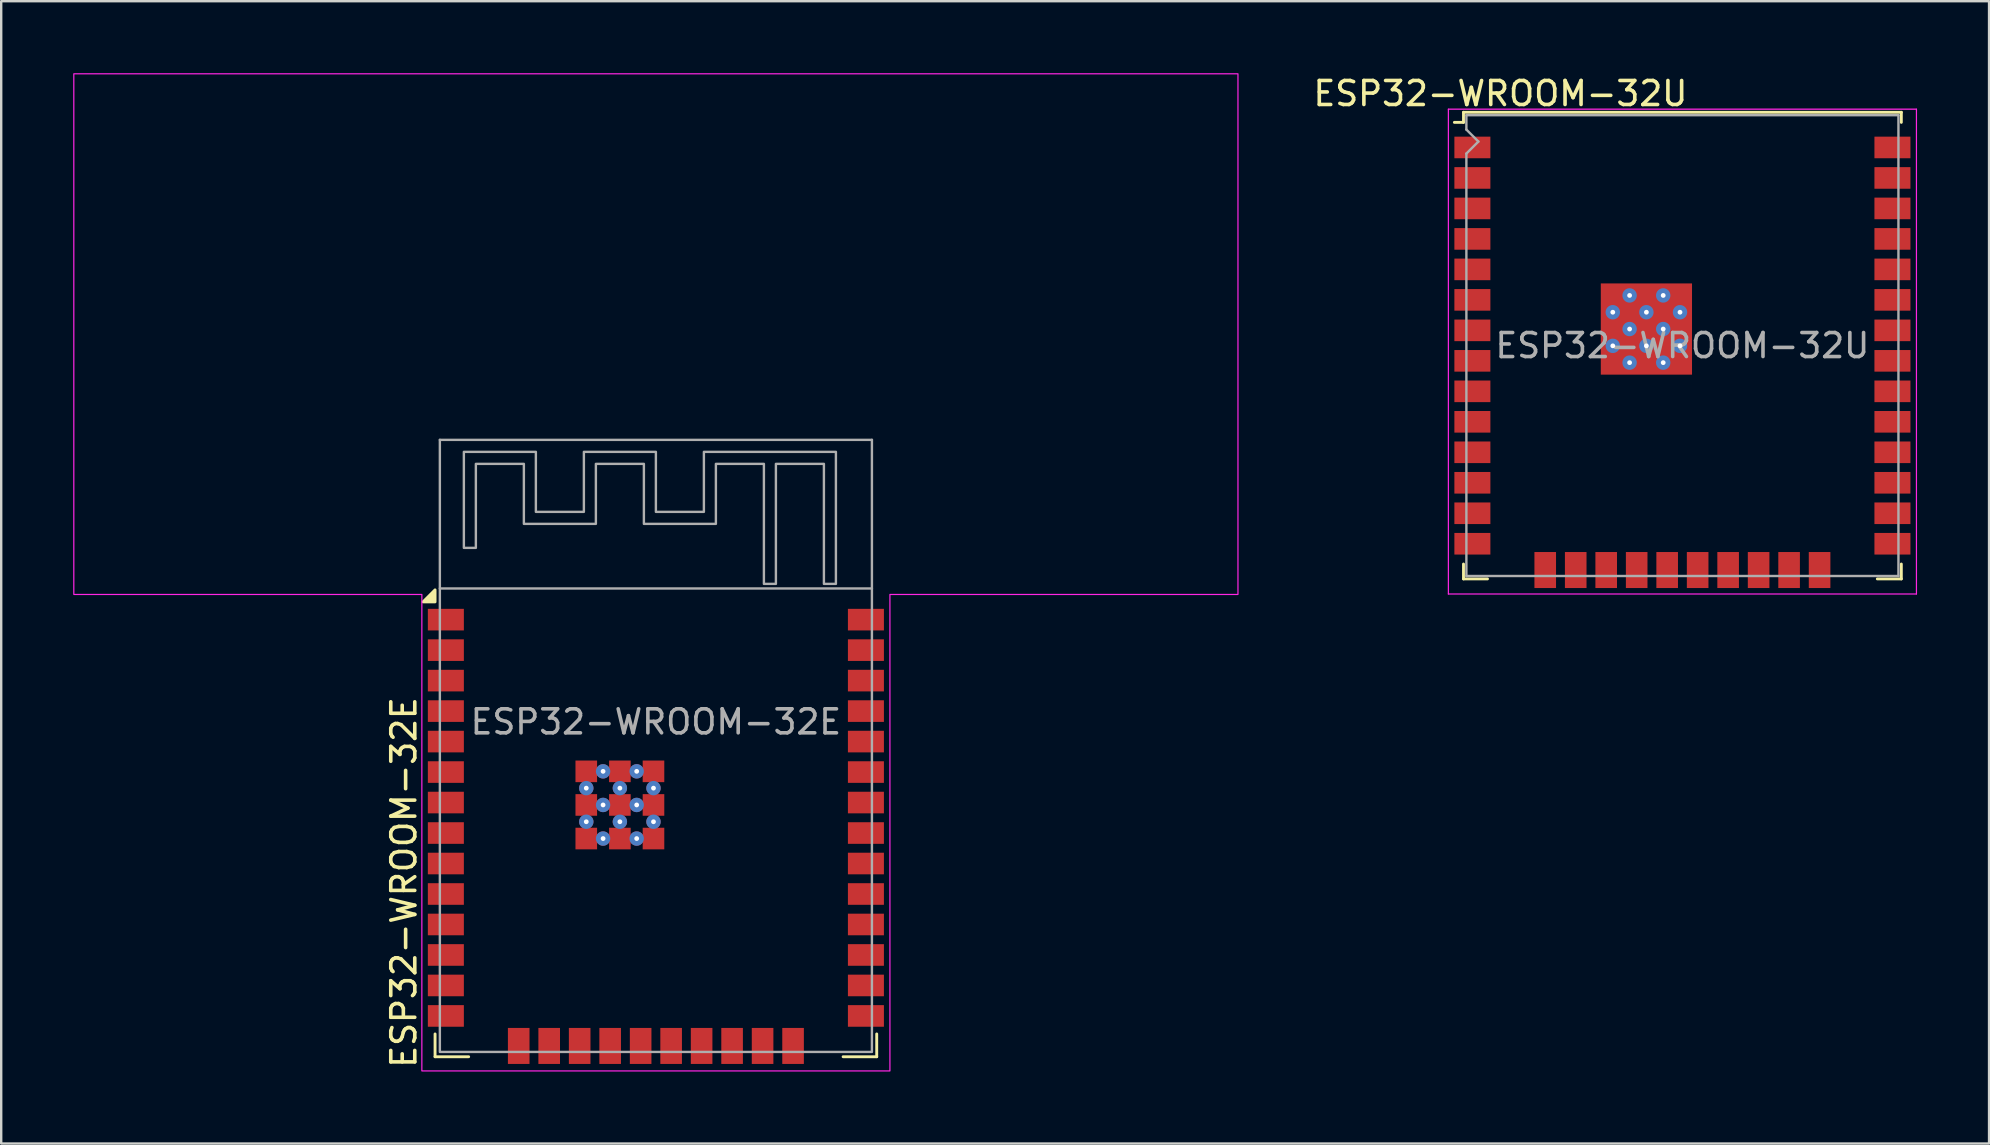
<source format=kicad_pcb>
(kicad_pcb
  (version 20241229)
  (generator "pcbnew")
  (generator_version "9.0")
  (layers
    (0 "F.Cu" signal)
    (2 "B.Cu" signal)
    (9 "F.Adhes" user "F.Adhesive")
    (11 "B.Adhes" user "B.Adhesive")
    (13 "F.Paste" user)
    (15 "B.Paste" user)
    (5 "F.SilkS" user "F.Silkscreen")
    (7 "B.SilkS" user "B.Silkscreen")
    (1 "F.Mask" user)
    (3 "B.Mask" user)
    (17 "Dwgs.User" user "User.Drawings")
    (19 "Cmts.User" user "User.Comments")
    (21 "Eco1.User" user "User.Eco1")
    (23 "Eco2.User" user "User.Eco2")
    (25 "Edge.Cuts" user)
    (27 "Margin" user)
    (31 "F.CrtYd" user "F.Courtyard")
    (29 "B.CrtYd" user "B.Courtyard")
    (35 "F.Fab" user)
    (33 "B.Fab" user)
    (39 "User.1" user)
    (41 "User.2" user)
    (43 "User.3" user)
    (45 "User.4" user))
  (footprint "ESP32-WROOM-32E"
    (layer "F.Cu")
    (at 24.275 28.025)
    (property "Reference" "ESP32-WROOM-32E" (at -10.5 13.5 90) (layer "F.SilkS") (effects (font (size 1 1) (thickness 0.15)) (justify left)))
    (attr smd)
    (fp_line (start -9.2 12.95) (end -9.2 12) (stroke (width 0.12) (type solid)) (layer "F.SilkS"))
    (fp_line (start -7.8 12.95) (end -9.2 12.95) (stroke (width 0.12) (type solid)) (layer "F.SilkS"))
    (fp_line (start 7.8 12.95) (end 9.2 12.95) (stroke (width 0.12) (type solid)) (layer "F.SilkS"))
    (fp_line (start 9.2 12.95) (end 9.2 12) (stroke (width 0.12) (type solid)) (layer "F.SilkS"))
    (fp_poly (pts (xy -9.2 -6) (xy -9.7 -6) (xy -9.2 -6.5) (xy -9.2 -6)) (stroke (width 0.12) (type solid)) (fill yes) (layer "F.SilkS"))
    (fp_poly (pts (xy -24.25 -28) (xy 24.25 -28) (xy 24.25 -6.31) (xy 9.75 -6.31) (xy 9.75 13.54) (xy -9.75 13.54) (xy -9.75 -6.31) (xy -24.25 -6.31)) (stroke (width 0.05) (type solid)) (fill no) (layer "F.CrtYd"))
    (fp_line (start -9 -12.75) (end 9 -12.75) (stroke (width 0.1) (type solid)) (layer "F.Fab"))
    (fp_line (start -9 -6.56) (end -9 -12.75) (stroke (width 0.1) (type solid)) (layer "F.Fab"))
    (fp_line (start 9 -12.75) (end 9 -6.56) (stroke (width 0.1) (type solid)) (layer "F.Fab"))
    (fp_rect (start -9 -6.56) (end 9 12.75) (stroke (width 0.1) (type solid)) (fill no) (layer "F.Fab"))
    (fp_poly (pts (xy -5 -9.75) (xy -3 -9.75) (xy -3 -12.25) (xy 0 -12.25) (xy 0 -9.75) (xy 2 -9.75) (xy 2 -12.25) (xy 7.5 -12.25) (xy 7.5 -6.75) (xy 7 -6.75) (xy 7 -11.75) (xy 5 -11.75) (xy 5 -6.75) (xy 4.5 -6.75) (xy 4.5 -11.75) (xy 2.5 -11.75) (xy 2.5 -9.25) (xy -0.5 -9.25) (xy -0.5 -11.75) (xy -2.5 -11.75) (xy -2.5 -9.25) (xy -5.5 -9.25) (xy -5.5 -11.75) (xy -7.5 -11.75) (xy -7.5 -8.25) (xy -8 -8.25) (xy -8 -12.25) (xy -5 -12.25)) (stroke (width 0.1) (type solid)) (fill no) (layer "F.Fab"))
    (fp_text user "${REFERENCE}" (at 0 -1 0) (layer "F.Fab") (effects (font (size 1 1) (thickness 0.15))))
    (pad "1" smd rect (at -8.75 -5.26) (size 1.5 0.9) (layers "F.Cu" "F.Mask" "F.Paste"))
    (pad "2" smd rect (at -8.75 -3.99) (size 1.5 0.9) (layers "F.Cu" "F.Mask" "F.Paste"))
    (pad "3" smd rect (at -8.75 -2.72) (size 1.5 0.9) (layers "F.Cu" "F.Mask" "F.Paste"))
    (pad "4" smd rect (at -8.75 -1.45) (size 1.5 0.9) (layers "F.Cu" "F.Mask" "F.Paste"))
    (pad "5" smd rect (at -8.75 -0.18) (size 1.5 0.9) (layers "F.Cu" "F.Mask" "F.Paste"))
    (pad "6" smd rect (at -8.75 1.09) (size 1.5 0.9) (layers "F.Cu" "F.Mask" "F.Paste"))
    (pad "7" smd rect (at -8.75 2.36) (size 1.5 0.9) (layers "F.Cu" "F.Mask" "F.Paste"))
    (pad "8" smd rect (at -8.75 3.63) (size 1.5 0.9) (layers "F.Cu" "F.Mask" "F.Paste"))
    (pad "9" smd rect (at -8.75 4.9) (size 1.5 0.9) (layers "F.Cu" "F.Mask" "F.Paste"))
    (pad "10" smd rect (at -8.75 6.17) (size 1.5 0.9) (layers "F.Cu" "F.Mask" "F.Paste"))
    (pad "11" smd rect (at -8.75 7.44) (size 1.5 0.9) (layers "F.Cu" "F.Mask" "F.Paste"))
    (pad "12" smd rect (at -8.75 8.71) (size 1.5 0.9) (layers "F.Cu" "F.Mask" "F.Paste"))
    (pad "13" smd rect (at -8.75 9.98) (size 1.5 0.9) (layers "F.Cu" "F.Mask" "F.Paste"))
    (pad "14" smd rect (at -8.75 11.25) (size 1.5 0.9) (layers "F.Cu" "F.Mask" "F.Paste"))
    (pad "15" smd rect (at -5.715 12.5 90) (size 1.5 0.9) (layers "F.Cu" "F.Mask" "F.Paste"))
    (pad "16" smd rect (at -4.445 12.5 90) (size 1.5 0.9) (layers "F.Cu" "F.Mask" "F.Paste"))
    (pad "17" smd rect (at -3.175 12.5 90) (size 1.5 0.9) (layers "F.Cu" "F.Mask" "F.Paste"))
    (pad "18" smd rect (at -1.905 12.5 90) (size 1.5 0.9) (layers "F.Cu" "F.Mask" "F.Paste"))
    (pad "19" smd rect (at -0.635 12.5 90) (size 1.5 0.9) (layers "F.Cu" "F.Mask" "F.Paste"))
    (pad "20" smd rect (at 0.635 12.5 90) (size 1.5 0.9) (layers "F.Cu" "F.Mask" "F.Paste"))
    (pad "21" smd rect (at 1.905 12.5 90) (size 1.5 0.9) (layers "F.Cu" "F.Mask" "F.Paste"))
    (pad "22" smd rect (at 3.175 12.5 90) (size 1.5 0.9) (layers "F.Cu" "F.Mask" "F.Paste"))
    (pad "23" smd rect (at 4.445 12.5 90) (size 1.5 0.9) (layers "F.Cu" "F.Mask" "F.Paste"))
    (pad "24" smd rect (at 5.715 12.5 90) (size 1.5 0.9) (layers "F.Cu" "F.Mask" "F.Paste"))
    (pad "25" smd rect (at 8.75 11.25) (size 1.5 0.9) (layers "F.Cu" "F.Mask" "F.Paste"))
    (pad "26" smd rect (at 8.75 9.98) (size 1.5 0.9) (layers "F.Cu" "F.Mask" "F.Paste"))
    (pad "27" smd rect (at 8.75 8.71) (size 1.5 0.9) (layers "F.Cu" "F.Mask" "F.Paste"))
    (pad "28" smd rect (at 8.75 7.44) (size 1.5 0.9) (layers "F.Cu" "F.Mask" "F.Paste"))
    (pad "29" smd rect (at 8.75 6.17) (size 1.5 0.9) (layers "F.Cu" "F.Mask" "F.Paste"))
    (pad "30" smd rect (at 8.75 4.9) (size 1.5 0.9) (layers "F.Cu" "F.Mask" "F.Paste"))
    (pad "31" smd rect (at 8.75 3.63) (size 1.5 0.9) (layers "F.Cu" "F.Mask" "F.Paste"))
    (pad "32" smd rect (at 8.75 2.36) (size 1.5 0.9) (layers "F.Cu" "F.Mask" "F.Paste"))
    (pad "33" smd rect (at 8.75 1.09) (size 1.5 0.9) (layers "F.Cu" "F.Mask" "F.Paste"))
    (pad "34" smd rect (at 8.75 -0.18) (size 1.5 0.9) (layers "F.Cu" "F.Mask" "F.Paste"))
    (pad "35" smd rect (at 8.75 -1.45) (size 1.5 0.9) (layers "F.Cu" "F.Mask" "F.Paste"))
    (pad "36" smd rect (at 8.75 -2.72) (size 1.5 0.9) (layers "F.Cu" "F.Mask" "F.Paste"))
    (pad "37" smd rect (at 8.75 -3.99) (size 1.5 0.9) (layers "F.Cu" "F.Mask" "F.Paste"))
    (pad "38" smd rect (at 8.75 -5.26) (size 1.5 0.9) (layers "F.Cu" "F.Mask" "F.Paste"))
    (pad "39" smd rect (at -2.9 1.06) (size 0.9 0.9) (layers "F.Cu" "F.Mask" "F.Paste"))
    (pad "39" thru_hole circle (at -2.9 1.76) (size 0.6 0.6) (drill 0.2) (layers "*.Cu" "*.Mask"))
    (pad "39" smd rect (at -2.9 2.46) (size 0.9 0.9) (layers "F.Cu" "F.Mask" "F.Paste"))
    (pad "39" thru_hole circle (at -2.9 3.16) (size 0.6 0.6) (drill 0.2) (layers "*.Cu" "*.Mask"))
    (pad "39" smd rect (at -2.9 3.86) (size 0.9 0.9) (layers "F.Cu" "F.Mask" "F.Paste"))
    (pad "39" thru_hole circle (at -2.2 1.06) (size 0.6 0.6) (drill 0.2) (layers "*.Cu" "*.Mask"))
    (pad "39" thru_hole circle (at -2.2 2.46) (size 0.6 0.6) (drill 0.2) (layers "*.Cu" "*.Mask"))
    (pad "39" thru_hole circle (at -2.2 3.86) (size 0.6 0.6) (drill 0.2) (layers "*.Cu" "*.Mask"))
    (pad "39" smd rect (at -1.5 1.06) (size 0.9 0.9) (layers "F.Cu" "F.Mask" "F.Paste"))
    (pad "39" thru_hole circle (at -1.5 1.76) (size 0.6 0.6) (drill 0.2) (layers "*.Cu" "*.Mask"))
    (pad "39" smd rect (at -1.5 2.46) (size 0.9 0.9) (layers "F.Cu" "F.Mask" "F.Paste"))
    (pad "39" thru_hole circle (at -1.5 3.16) (size 0.6 0.6) (drill 0.2) (layers "*.Cu" "*.Mask"))
    (pad "39" smd rect (at -1.5 3.86) (size 0.9 0.9) (layers "F.Cu" "F.Mask" "F.Paste"))
    (pad "39" thru_hole circle (at -0.8 1.06) (size 0.6 0.6) (drill 0.2) (layers "*.Cu" "*.Mask"))
    (pad "39" thru_hole circle (at -0.8 2.46) (size 0.6 0.6) (drill 0.2) (layers "*.Cu" "*.Mask"))
    (pad "39" thru_hole circle (at -0.8 3.86) (size 0.6 0.6) (drill 0.2) (layers "*.Cu" "*.Mask"))
    (pad "39" smd rect (at -0.1 1.06) (size 0.9 0.9) (layers "F.Cu" "F.Mask" "F.Paste"))
    (pad "39" thru_hole circle (at -0.1 1.76) (size 0.6 0.6) (drill 0.2) (layers "*.Cu" "*.Mask"))
    (pad "39" smd rect (at -0.1 2.46) (size 0.9 0.9) (layers "F.Cu" "F.Mask" "F.Paste"))
    (pad "39" thru_hole circle (at -0.1 3.16) (size 0.6 0.6) (drill 0.2) (layers "*.Cu" "*.Mask"))
    (pad "39" smd rect (at -0.1 3.86) (size 0.9 0.9) (layers "F.Cu" "F.Mask" "F.Paste"))
    (zone (net_name "") (layer "F.Cu") (hatch full 0.5) (connect_pads) (min_thickness 0.25) (filled_areas_thickness no) (keepout (tracks not_allowed) (vias not_allowed) (pads not_allowed) (copperpour not_allowed) (footprints not_allowed)) (placement (enabled no)) (fill) (polygon (pts (xy 0.275 0.275) (xy 48.275 0.275) (xy 48.275 21.465) (xy 0.275 21.465)))))
  (footprint "ESP32-WROOM-32U"
    (layer "F.Cu")
    (at 67.041 11.348)
    (property "Reference" "ESP32-WROOM-32U" (at -7.58 -10.5 180) (layer "F.SilkS") (effects (font (size 1 1) (thickness 0.15))))
    (attr smd)
    (fp_line (start -9.12 -9.72) (end -9.12 -9.3) (stroke (width 0.12) (type solid)) (layer "F.SilkS"))
    (fp_line (start -9.12 -9.72) (end 9.12 -9.72) (stroke (width 0.12) (type solid)) (layer "F.SilkS"))
    (fp_line (start -9.12 -9.3) (end -9.5 -9.3) (stroke (width 0.12) (type solid)) (layer "F.SilkS"))
    (fp_line (start -9.12 9.1) (end -9.12 9.72) (stroke (width 0.12) (type solid)) (layer "F.SilkS"))
    (fp_line (start -9.12 9.72) (end -8.12 9.72) (stroke (width 0.12) (type solid)) (layer "F.SilkS"))
    (fp_line (start 9.12 -9.72) (end 9.12 -9.3) (stroke (width 0.12) (type solid)) (layer "F.SilkS"))
    (fp_line (start 9.12 9.1) (end 9.12 9.72) (stroke (width 0.12) (type solid)) (layer "F.SilkS"))
    (fp_line (start 9.12 9.72) (end 8.12 9.72) (stroke (width 0.12) (type solid)) (layer "F.SilkS"))
    (fp_line (start -9.75 10.35) (end -9.75 -9.85) (stroke (width 0.05) (type solid)) (layer "F.CrtYd"))
    (fp_line (start -9.75 10.35) (end 9.75 10.35) (stroke (width 0.05) (type solid)) (layer "F.CrtYd"))
    (fp_line (start 9.75 -9.85) (end -9.75 -9.85) (stroke (width 0.05) (type solid)) (layer "F.CrtYd"))
    (fp_line (start 9.75 -9.85) (end 9.75 10.35) (stroke (width 0.05) (type solid)) (layer "F.CrtYd"))
    (fp_line (start -9 -9.6) (end -9 -9) (stroke (width 0.1) (type solid)) (layer "F.Fab"))
    (fp_line (start -9 -9.6) (end 9 -9.6) (stroke (width 0.1) (type solid)) (layer "F.Fab"))
    (fp_line (start -9 -8) (end -9 9.6) (stroke (width 0.1) (type solid)) (layer "F.Fab"))
    (fp_line (start -9 -8) (end -8.5 -8.5) (stroke (width 0.1) (type solid)) (layer "F.Fab"))
    (fp_line (start -9 9.6) (end 9 9.6) (stroke (width 0.1) (type solid)) (layer "F.Fab"))
    (fp_line (start -8.5 -8.5) (end -9 -9) (stroke (width 0.1) (type solid)) (layer "F.Fab"))
    (fp_line (start 9 9.6) (end 9 -9.6) (stroke (width 0.1) (type solid)) (layer "F.Fab"))
    (fp_text user "${REFERENCE}" (at 0 0 0) (layer "F.Fab") (effects (font (size 1 1) (thickness 0.15))))
    (pad "1" smd rect (at -8.75 -8.255) (size 1.5 0.9) (layers "F.Cu" "F.Mask" "F.Paste"))
    (pad "2" smd rect (at -8.75 -6.985) (size 1.5 0.9) (layers "F.Cu" "F.Mask" "F.Paste"))
    (pad "3" smd rect (at -8.75 -5.715) (size 1.5 0.9) (layers "F.Cu" "F.Mask" "F.Paste"))
    (pad "4" smd rect (at -8.75 -4.445) (size 1.5 0.9) (layers "F.Cu" "F.Mask" "F.Paste"))
    (pad "5" smd rect (at -8.75 -3.175) (size 1.5 0.9) (layers "F.Cu" "F.Mask" "F.Paste"))
    (pad "6" smd rect (at -8.75 -1.905) (size 1.5 0.9) (layers "F.Cu" "F.Mask" "F.Paste"))
    (pad "7" smd rect (at -8.75 -0.635) (size 1.5 0.9) (layers "F.Cu" "F.Mask" "F.Paste"))
    (pad "8" smd rect (at -8.75 0.635) (size 1.5 0.9) (layers "F.Cu" "F.Mask" "F.Paste"))
    (pad "9" smd rect (at -8.75 1.905) (size 1.5 0.9) (layers "F.Cu" "F.Mask" "F.Paste"))
    (pad "10" smd rect (at -8.75 3.175) (size 1.5 0.9) (layers "F.Cu" "F.Mask" "F.Paste"))
    (pad "11" smd rect (at -8.75 4.445) (size 1.5 0.9) (layers "F.Cu" "F.Mask" "F.Paste"))
    (pad "12" smd rect (at -8.75 5.715) (size 1.5 0.9) (layers "F.Cu" "F.Mask" "F.Paste"))
    (pad "13" smd rect (at -8.75 6.985) (size 1.5 0.9) (layers "F.Cu" "F.Mask" "F.Paste"))
    (pad "14" smd rect (at -8.75 8.255) (size 1.5 0.9) (layers "F.Cu" "F.Mask" "F.Paste"))
    (pad "15" smd rect (at -5.715 9.35 90) (size 1.5 0.9) (layers "F.Cu" "F.Mask" "F.Paste"))
    (pad "16" smd rect (at -4.445 9.35 90) (size 1.5 0.9) (layers "F.Cu" "F.Mask" "F.Paste"))
    (pad "17" smd rect (at -3.175 9.35 90) (size 1.5 0.9) (layers "F.Cu" "F.Mask" "F.Paste"))
    (pad "18" smd rect (at -1.905 9.35 90) (size 1.5 0.9) (layers "F.Cu" "F.Mask" "F.Paste"))
    (pad "19" smd rect (at -0.635 9.35 90) (size 1.5 0.9) (layers "F.Cu" "F.Mask" "F.Paste"))
    (pad "20" smd rect (at 0.635 9.35 90) (size 1.5 0.9) (layers "F.Cu" "F.Mask" "F.Paste"))
    (pad "21" smd rect (at 1.905 9.35 90) (size 1.5 0.9) (layers "F.Cu" "F.Mask" "F.Paste"))
    (pad "22" smd rect (at 3.175 9.35 90) (size 1.5 0.9) (layers "F.Cu" "F.Mask" "F.Paste"))
    (pad "23" smd rect (at 4.445 9.35 90) (size 1.5 0.9) (layers "F.Cu" "F.Mask" "F.Paste"))
    (pad "24" smd rect (at 5.715 9.35 90) (size 1.5 0.9) (layers "F.Cu" "F.Mask" "F.Paste"))
    (pad "25" smd rect (at 8.75 8.255) (size 1.5 0.9) (layers "F.Cu" "F.Mask" "F.Paste"))
    (pad "26" smd rect (at 8.75 6.985) (size 1.5 0.9) (layers "F.Cu" "F.Mask" "F.Paste"))
    (pad "27" smd rect (at 8.75 5.715) (size 1.5 0.9) (layers "F.Cu" "F.Mask" "F.Paste"))
    (pad "28" smd rect (at 8.75 4.445) (size 1.5 0.9) (layers "F.Cu" "F.Mask" "F.Paste"))
    (pad "29" smd rect (at 8.75 3.175) (size 1.5 0.9) (layers "F.Cu" "F.Mask" "F.Paste"))
    (pad "30" smd rect (at 8.75 1.905) (size 1.5 0.9) (layers "F.Cu" "F.Mask" "F.Paste"))
    (pad "31" smd rect (at 8.75 0.635) (size 1.5 0.9) (layers "F.Cu" "F.Mask" "F.Paste"))
    (pad "32" smd rect (at 8.75 -0.635) (size 1.5 0.9) (layers "F.Cu" "F.Mask" "F.Paste"))
    (pad "33" smd rect (at 8.75 -1.905) (size 1.5 0.9) (layers "F.Cu" "F.Mask" "F.Paste"))
    (pad "34" smd rect (at 8.75 -3.175) (size 1.5 0.9) (layers "F.Cu" "F.Mask" "F.Paste"))
    (pad "35" smd rect (at 8.75 -4.445) (size 1.5 0.9) (layers "F.Cu" "F.Mask" "F.Paste"))
    (pad "36" smd rect (at 8.75 -5.715) (size 1.5 0.9) (layers "F.Cu" "F.Mask" "F.Paste"))
    (pad "37" smd rect (at 8.75 -6.985) (size 1.5 0.9) (layers "F.Cu" "F.Mask" "F.Paste"))
    (pad "38" smd rect (at 8.75 -8.255) (size 1.5 0.9) (layers "F.Cu" "F.Mask" "F.Paste"))
    (pad "39" smd rect (at -2.9 -2.09) (size 0.9 0.9) (layers "F.Cu" "F.Paste"))
    (pad "39" thru_hole circle (at -2.9 -1.39) (size 0.6 0.6) (drill 0.2) (property pad_prop_heatsink) (layers "*.Cu" "F.Mask"))
    (pad "39" smd rect (at -2.9 -0.69) (size 0.9 0.9) (layers "F.Cu" "F.Paste"))
    (pad "39" thru_hole circle (at -2.9 0.01) (size 0.6 0.6) (drill 0.2) (property pad_prop_heatsink) (layers "*.Cu" "F.Mask"))
    (pad "39" smd rect (at -2.9 0.71) (size 0.9 0.9) (layers "F.Cu" "F.Paste"))
    (pad "39" thru_hole circle (at -2.2 -2.09) (size 0.6 0.6) (drill 0.2) (property pad_prop_heatsink) (layers "*.Cu" "F.Mask"))
    (pad "39" thru_hole circle (at -2.2 -0.69) (size 0.6 0.6) (drill 0.2) (property pad_prop_heatsink) (layers "*.Cu" "F.Mask"))
    (pad "39" thru_hole circle (at -2.2 0.71) (size 0.6 0.6) (drill 0.2) (property pad_prop_heatsink) (layers "*.Cu" "F.Mask"))
    (pad "39" smd rect (at -1.5 -2.09) (size 0.9 0.9) (layers "F.Cu" "F.Paste"))
    (pad "39" thru_hole circle (at -1.5 -1.39) (size 0.6 0.6) (drill 0.2) (property pad_prop_heatsink) (layers "*.Cu" "F.Mask"))
    (pad "39" smd rect (at -1.5 -0.69) (size 0.9 0.9) (layers "F.Cu" "F.Paste"))
    (pad "39" smd rect (at -1.5 -0.69) (size 3.8 3.8) (layers "F.Cu" "F.Mask"))
    (pad "39" thru_hole circle (at -1.5 0.01) (size 0.6 0.6) (drill 0.2) (property pad_prop_heatsink) (layers "*.Cu" "F.Mask"))
    (pad "39" smd rect (at -1.5 0.71) (size 0.9 0.9) (layers "F.Cu" "F.Paste"))
    (pad "39" thru_hole circle (at -0.8 -2.09) (size 0.6 0.6) (drill 0.2) (property pad_prop_heatsink) (layers "*.Cu" "F.Mask"))
    (pad "39" thru_hole circle (at -0.8 -0.69) (size 0.6 0.6) (drill 0.2) (property pad_prop_heatsink) (layers "*.Cu" "F.Mask"))
    (pad "39" thru_hole circle (at -0.8 0.71) (size 0.6 0.6) (drill 0.2) (property pad_prop_heatsink) (layers "*.Cu" "F.Mask"))
    (pad "39" smd rect (at -0.1 -2.09) (size 0.9 0.9) (layers "F.Cu" "F.Paste"))
    (pad "39" thru_hole circle (at -0.1 -1.39) (size 0.6 0.6) (drill 0.2) (property pad_prop_heatsink) (layers "*.Cu" "F.Mask"))
    (pad "39" smd rect (at -0.1 -0.69) (size 0.9 0.9) (layers "F.Cu" "F.Paste"))
    (pad "39" thru_hole circle (at -0.1 0.01) (size 0.6 0.6) (drill 0.2) (property pad_prop_heatsink) (layers "*.Cu" "F.Mask"))
    (pad "39" smd rect (at -0.1 0.71) (size 0.9 0.9) (layers "F.Cu" "F.Paste")))
  (gr_rect
    (start -3 -3)
    (end 79.816 44.59)
    (stroke (width 0.1) (type default))
    (fill no)
    (layer "Edge.Cuts")))
</source>
